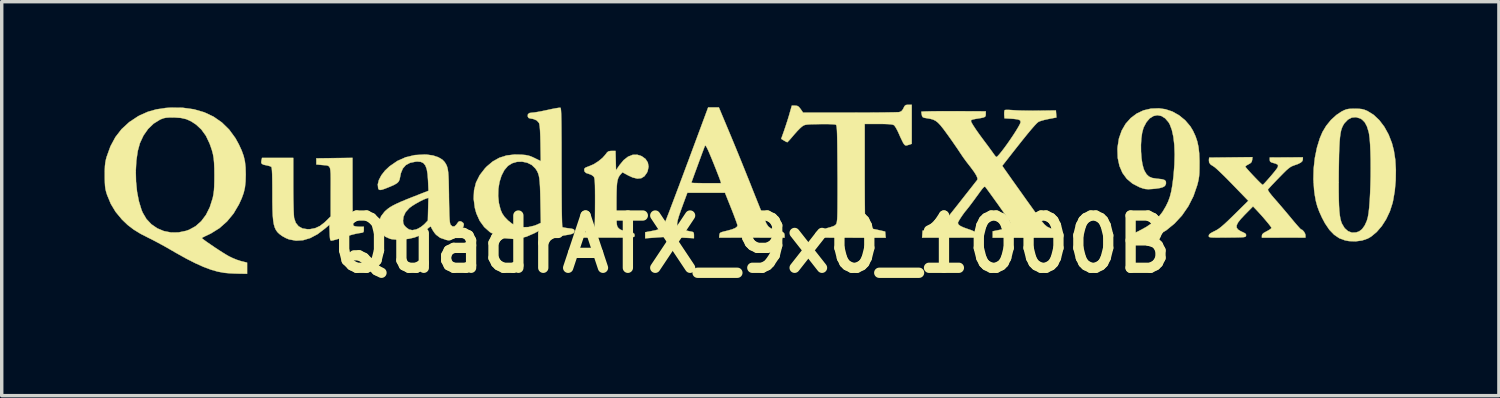
<source format=kicad_pcb>
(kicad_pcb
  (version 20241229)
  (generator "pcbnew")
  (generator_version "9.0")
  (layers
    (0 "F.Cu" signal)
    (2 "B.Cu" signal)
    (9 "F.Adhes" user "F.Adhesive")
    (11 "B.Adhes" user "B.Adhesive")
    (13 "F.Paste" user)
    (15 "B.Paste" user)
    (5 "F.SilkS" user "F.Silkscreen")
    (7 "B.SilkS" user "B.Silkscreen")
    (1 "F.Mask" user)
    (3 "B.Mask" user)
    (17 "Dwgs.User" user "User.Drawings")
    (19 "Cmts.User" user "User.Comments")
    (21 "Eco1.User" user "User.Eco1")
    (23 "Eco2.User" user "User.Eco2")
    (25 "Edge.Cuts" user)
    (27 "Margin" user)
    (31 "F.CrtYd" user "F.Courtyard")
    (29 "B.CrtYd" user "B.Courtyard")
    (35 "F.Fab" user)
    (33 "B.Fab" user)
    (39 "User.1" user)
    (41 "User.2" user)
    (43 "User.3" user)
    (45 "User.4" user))
  (footprint "QuadrATX_9x0_1000B"
    (layer "F.Cu")
    (at 18.887 4.069)
    (property "Reference" "QuadrATX_9x0_1000B" (at 0 0 0) (layer "F.SilkS") (effects (font (size 1.524 1.524) (thickness 0.3))))
    (attr through_hole)
    (fp_poly (pts (xy -3.982 -2.436) (xy -3.975 -2.154) (xy -3.873 -2.303) (xy -3.752 -2.45) (xy -3.623 -2.551) (xy -3.49 -2.604) (xy -3.354 -2.607) (xy -3.224 -2.564) (xy -3.114 -2.484) (xy -3.047 -2.38) (xy -3.026 -2.26) (xy -3.052 -2.13) (xy -3.074 -2.082) (xy -3.147 -1.98) (xy -3.239 -1.923) (xy -3.353 -1.911) (xy -3.489 -1.944) (xy -3.611 -2) (xy -3.787 -2.095) (xy -3.848 -2.026) (xy -3.882 -1.982) (xy -3.908 -1.932) (xy -3.928 -1.869) (xy -3.943 -1.788) (xy -3.952 -1.681) (xy -3.958 -1.543) (xy -3.961 -1.366) (xy -3.962 -1.151) (xy -3.962 -0.958) (xy -3.961 -0.81) (xy -3.959 -0.699) (xy -3.956 -0.62) (xy -3.949 -0.564) (xy -3.94 -0.526) (xy -3.928 -0.5) (xy -3.911 -0.478) (xy -3.905 -0.47) (xy -3.86 -0.431) (xy -3.797 -0.403) (xy -3.702 -0.382) (xy -3.67 -0.377) (xy -3.553 -0.356) (xy -3.48 -0.331) (xy -3.442 -0.3) (xy -3.433 -0.257) (xy -3.434 -0.244) (xy -3.437 -0.229) (xy -3.446 -0.217) (xy -3.466 -0.208) (xy -3.502 -0.201) (xy -3.559 -0.196) (xy -3.644 -0.193) (xy -3.761 -0.191) (xy -3.915 -0.191) (xy -4.113 -0.19) (xy -4.211 -0.19) (xy -4.981 -0.19) (xy -4.973 -0.253) (xy -4.961 -0.29) (xy -4.928 -0.32) (xy -4.862 -0.35) (xy -4.805 -0.371) (xy -4.718 -0.403) (xy -4.649 -0.434) (xy -4.614 -0.456) (xy -4.605 -0.483) (xy -4.597 -0.547) (xy -4.591 -0.65) (xy -4.588 -0.795) (xy -4.586 -0.984) (xy -4.585 -1.206) (xy -4.585 -1.417) (xy -4.586 -1.584) (xy -4.588 -1.711) (xy -4.592 -1.806) (xy -4.597 -1.873) (xy -4.604 -1.919) (xy -4.613 -1.949) (xy -4.626 -1.97) (xy -4.632 -1.977) (xy -4.691 -2.02) (xy -4.759 -2.046) (xy -4.847 -2.075) (xy -4.892 -2.119) (xy -4.902 -2.17) (xy -4.893 -2.206) (xy -4.857 -2.235) (xy -4.784 -2.263) (xy -4.767 -2.269) (xy -4.628 -2.328) (xy -4.489 -2.416) (xy -4.365 -2.518) (xy -4.281 -2.614) (xy -4.233 -2.677) (xy -4.19 -2.708) (xy -4.132 -2.717) (xy -4.099 -2.718) (xy -3.989 -2.718) (xy -3.982 -2.436)) (stroke (width 0.01) (type solid)) (fill yes) (layer "F.SilkS"))
    (fp_poly (pts (xy -11.659 -1.542) (xy -11.658 -1.274) (xy -11.657 -1.054) (xy -11.654 -0.878) (xy -11.651 -0.742) (xy -11.646 -0.643) (xy -11.64 -0.579) (xy -11.632 -0.544) (xy -11.628 -0.538) (xy -11.587 -0.521) (xy -11.514 -0.51) (xy -11.463 -0.508) (xy -11.328 -0.508) (xy -11.328 -0.423) (xy -11.331 -0.374) (xy -11.346 -0.346) (xy -11.386 -0.332) (xy -11.465 -0.321) (xy -11.468 -0.321) (xy -11.548 -0.306) (xy -11.66 -0.279) (xy -11.79 -0.242) (xy -11.916 -0.203) (xy -12.037 -0.164) (xy -12.143 -0.133) (xy -12.224 -0.111) (xy -12.269 -0.102) (xy -12.271 -0.102) (xy -12.293 -0.107) (xy -12.307 -0.13) (xy -12.316 -0.179) (xy -12.322 -0.265) (xy -12.324 -0.334) (xy -12.332 -0.567) (xy -12.459 -0.457) (xy -12.676 -0.292) (xy -12.89 -0.178) (xy -13.1 -0.115) (xy -13.306 -0.102) (xy -13.508 -0.139) (xy -13.601 -0.177) (xy -13.696 -0.229) (xy -13.719 -0.244) (xy -13.788 -0.295) (xy -13.845 -0.349) (xy -13.89 -0.411) (xy -13.925 -0.485) (xy -13.952 -0.578) (xy -13.971 -0.696) (xy -13.984 -0.842) (xy -13.991 -1.024) (xy -13.995 -1.246) (xy -13.995 -1.488) (xy -13.996 -1.716) (xy -13.998 -1.898) (xy -14.001 -2.037) (xy -14.006 -2.138) (xy -14.012 -2.205) (xy -14.02 -2.243) (xy -14.027 -2.255) (xy -14.072 -2.275) (xy -14.142 -2.294) (xy -14.161 -2.297) (xy -14.253 -2.317) (xy -14.303 -2.343) (xy -14.32 -2.383) (xy -14.314 -2.435) (xy -14.296 -2.515) (xy -13.386 -2.515) (xy -13.386 -1.705) (xy -13.385 -1.5) (xy -13.383 -1.306) (xy -13.379 -1.129) (xy -13.375 -0.978) (xy -13.369 -0.859) (xy -13.363 -0.78) (xy -13.36 -0.76) (xy -13.313 -0.622) (xy -13.231 -0.521) (xy -13.117 -0.458) (xy -12.972 -0.435) (xy -12.894 -0.437) (xy -12.745 -0.466) (xy -12.608 -0.529) (xy -12.473 -0.633) (xy -12.427 -0.677) (xy -12.294 -0.809) (xy -12.294 -1.532) (xy -12.293 -1.748) (xy -12.293 -1.918) (xy -12.295 -2.048) (xy -12.302 -2.144) (xy -12.313 -2.212) (xy -12.333 -2.255) (xy -12.362 -2.281) (xy -12.402 -2.295) (xy -12.455 -2.301) (xy -12.523 -2.306) (xy -12.548 -2.308) (xy -12.713 -2.324) (xy -12.713 -2.502) (xy -12.186 -2.509) (xy -11.659 -2.516) (xy -11.659 -1.542)) (stroke (width 0.01) (type solid)) (fill yes) (layer "F.SilkS"))
    (fp_poly (pts (xy 17.686 -3.947) (xy 17.775 -3.938) (xy 17.85 -3.918) (xy 17.93 -3.885) (xy 17.935 -3.883) (xy 18.116 -3.771) (xy 18.281 -3.616) (xy 18.428 -3.423) (xy 18.553 -3.197) (xy 18.651 -2.945) (xy 18.707 -2.729) (xy 18.748 -2.462) (xy 18.765 -2.166) (xy 18.76 -1.858) (xy 18.733 -1.553) (xy 18.684 -1.268) (xy 18.668 -1.197) (xy 18.59 -0.955) (xy 18.483 -0.729) (xy 18.354 -0.527) (xy 18.206 -0.355) (xy 18.046 -0.222) (xy 17.945 -0.163) (xy 17.781 -0.107) (xy 17.593 -0.082) (xy 17.399 -0.089) (xy 17.282 -0.111) (xy 17.115 -0.173) (xy 16.965 -0.275) (xy 16.827 -0.418) (xy 16.699 -0.607) (xy 16.611 -0.773) (xy 16.533 -0.945) (xy 16.475 -1.1) (xy 16.433 -1.256) (xy 16.401 -1.433) (xy 16.387 -1.541) (xy 17.098 -1.541) (xy 17.101 -1.315) (xy 17.107 -1.128) (xy 17.116 -0.973) (xy 17.13 -0.846) (xy 17.147 -0.744) (xy 17.169 -0.661) (xy 17.191 -0.601) (xy 17.27 -0.468) (xy 17.368 -0.38) (xy 17.482 -0.336) (xy 17.606 -0.341) (xy 17.694 -0.372) (xy 17.779 -0.436) (xy 17.855 -0.541) (xy 17.917 -0.676) (xy 17.947 -0.779) (xy 17.969 -0.902) (xy 17.988 -1.067) (xy 18.003 -1.264) (xy 18.015 -1.487) (xy 18.024 -1.726) (xy 18.03 -1.974) (xy 18.031 -2.224) (xy 18.03 -2.467) (xy 18.024 -2.695) (xy 18.015 -2.901) (xy 18.002 -3.076) (xy 17.984 -3.213) (xy 17.973 -3.269) (xy 17.923 -3.432) (xy 17.859 -3.552) (xy 17.778 -3.634) (xy 17.729 -3.664) (xy 17.603 -3.702) (xy 17.481 -3.691) (xy 17.368 -3.632) (xy 17.267 -3.527) (xy 17.255 -3.51) (xy 17.221 -3.453) (xy 17.193 -3.391) (xy 17.169 -3.317) (xy 17.151 -3.227) (xy 17.136 -3.116) (xy 17.124 -2.978) (xy 17.115 -2.809) (xy 17.108 -2.603) (xy 17.104 -2.356) (xy 17.1 -2.121) (xy 17.098 -1.808) (xy 17.098 -1.541) (xy 16.387 -1.541) (xy 16.381 -1.586) (xy 16.361 -1.891) (xy 16.369 -2.206) (xy 16.404 -2.519) (xy 16.465 -2.817) (xy 16.549 -3.09) (xy 16.626 -3.271) (xy 16.735 -3.452) (xy 16.873 -3.621) (xy 17.03 -3.765) (xy 17.176 -3.863) (xy 17.258 -3.905) (xy 17.325 -3.93) (xy 17.396 -3.944) (xy 17.488 -3.948) (xy 17.564 -3.949) (xy 17.686 -3.947)) (stroke (width 0.01) (type solid)) (fill yes) (layer "F.SilkS"))
    (fp_poly (pts (xy 12.045 -3.934) (xy 12.25 -3.866) (xy 12.446 -3.755) (xy 12.623 -3.61) (xy 12.77 -3.438) (xy 12.851 -3.304) (xy 12.923 -3.147) (xy 12.975 -2.994) (xy 13.01 -2.831) (xy 13.03 -2.648) (xy 13.039 -2.43) (xy 13.039 -2.362) (xy 13.038 -2.201) (xy 13.035 -2.078) (xy 13.027 -1.977) (xy 13.013 -1.887) (xy 12.992 -1.792) (xy 12.973 -1.72) (xy 12.863 -1.4) (xy 12.713 -1.104) (xy 12.528 -0.836) (xy 12.31 -0.6) (xy 12.064 -0.4) (xy 11.793 -0.241) (xy 11.569 -0.148) (xy 11.43 -0.106) (xy 11.293 -0.076) (xy 11.169 -0.059) (xy 11.067 -0.055) (xy 10.998 -0.067) (xy 10.979 -0.079) (xy 10.953 -0.13) (xy 10.947 -0.169) (xy 10.954 -0.196) (xy 10.978 -0.224) (xy 11.026 -0.258) (xy 11.106 -0.302) (xy 11.224 -0.361) (xy 11.259 -0.377) (xy 11.489 -0.502) (xy 11.677 -0.631) (xy 11.83 -0.772) (xy 11.955 -0.931) (xy 11.981 -0.972) (xy 12.062 -1.11) (xy 12.126 -1.243) (xy 12.176 -1.381) (xy 12.215 -1.534) (xy 12.247 -1.714) (xy 12.275 -1.931) (xy 12.282 -1.99) (xy 12.308 -2.315) (xy 12.316 -2.616) (xy 12.306 -2.889) (xy 12.278 -3.129) (xy 12.233 -3.332) (xy 12.172 -3.494) (xy 12.135 -3.557) (xy 12.035 -3.671) (xy 11.925 -3.738) (xy 11.811 -3.76) (xy 11.697 -3.736) (xy 11.589 -3.669) (xy 11.493 -3.559) (xy 11.413 -3.409) (xy 11.404 -3.385) (xy 11.367 -3.249) (xy 11.343 -3.081) (xy 11.332 -2.893) (xy 11.334 -2.697) (xy 11.348 -2.507) (xy 11.374 -2.335) (xy 11.412 -2.194) (xy 11.436 -2.136) (xy 11.496 -2.037) (xy 11.566 -1.971) (xy 11.658 -1.931) (xy 11.785 -1.91) (xy 11.828 -1.906) (xy 11.946 -1.893) (xy 12.02 -1.87) (xy 12.057 -1.834) (xy 12.063 -1.779) (xy 12.056 -1.745) (xy 12.03 -1.698) (xy 11.975 -1.663) (xy 11.885 -1.636) (xy 11.754 -1.617) (xy 11.655 -1.608) (xy 11.545 -1.602) (xy 11.461 -1.608) (xy 11.38 -1.628) (xy 11.283 -1.663) (xy 11.084 -1.767) (xy 10.92 -1.905) (xy 10.794 -2.076) (xy 10.706 -2.279) (xy 10.656 -2.511) (xy 10.647 -2.77) (xy 10.651 -2.831) (xy 10.691 -3.084) (xy 10.771 -3.311) (xy 10.886 -3.51) (xy 11.034 -3.676) (xy 11.209 -3.808) (xy 11.407 -3.901) (xy 11.626 -3.952) (xy 11.86 -3.96) (xy 12.045 -3.934)) (stroke (width 0.01) (type solid)) (fill yes) (layer "F.SilkS"))
    (fp_poly (pts (xy -0.675 -3.27) (xy -0.592 -3.071) (xy -0.495 -2.836) (xy -0.389 -2.578) (xy -0.279 -2.307) (xy -0.17 -2.036) (xy -0.065 -1.776) (xy -0.001 -1.613) (xy 0.083 -1.403) (xy 0.162 -1.206) (xy 0.234 -1.026) (xy 0.298 -0.87) (xy 0.35 -0.742) (xy 0.389 -0.65) (xy 0.412 -0.597) (xy 0.415 -0.591) (xy 0.468 -0.514) (xy 0.54 -0.461) (xy 0.644 -0.423) (xy 0.707 -0.409) (xy 0.82 -0.381) (xy 0.891 -0.352) (xy 0.928 -0.315) (xy 0.94 -0.266) (xy 0.94 -0.259) (xy 0.94 -0.189) (xy -0.014 -0.19) (xy -0.967 -0.191) (xy -0.96 -0.266) (xy -0.953 -0.304) (xy -0.936 -0.33) (xy -0.897 -0.349) (xy -0.827 -0.369) (xy -0.75 -0.387) (xy -0.599 -0.428) (xy -0.497 -0.469) (xy -0.443 -0.513) (xy -0.432 -0.546) (xy -0.441 -0.58) (xy -0.466 -0.653) (xy -0.505 -0.758) (xy -0.553 -0.886) (xy -0.609 -1.029) (xy -0.614 -1.041) (xy -0.797 -1.499) (xy -1.895 -1.499) (xy -2.019 -1.163) (xy -2.091 -0.966) (xy -2.144 -0.81) (xy -2.178 -0.69) (xy -2.193 -0.6) (xy -2.188 -0.535) (xy -2.165 -0.489) (xy -2.123 -0.457) (xy -2.062 -0.433) (xy -2.027 -0.422) (xy -1.929 -0.397) (xy -1.834 -0.376) (xy -1.797 -0.369) (xy -1.735 -0.355) (xy -1.708 -0.328) (xy -1.702 -0.274) (xy -1.702 -0.263) (xy -1.702 -0.173) (xy -2.102 -0.193) (xy -2.254 -0.2) (xy -2.367 -0.206) (xy -2.453 -0.209) (xy -2.522 -0.209) (xy -2.587 -0.208) (xy -2.659 -0.204) (xy -2.749 -0.198) (xy -2.851 -0.19) (xy -3.124 -0.17) (xy -3.124 -0.347) (xy -2.955 -0.378) (xy -2.818 -0.406) (xy -2.72 -0.436) (xy -2.652 -0.475) (xy -2.601 -0.53) (xy -2.558 -0.607) (xy -2.543 -0.641) (xy -2.522 -0.692) (xy -2.485 -0.786) (xy -2.433 -0.919) (xy -2.37 -1.086) (xy -2.295 -1.284) (xy -2.211 -1.507) (xy -2.119 -1.75) (xy -2.105 -1.789) (xy -1.778 -1.789) (xy -1.754 -1.786) (xy -1.687 -1.782) (xy -1.586 -1.78) (xy -1.459 -1.778) (xy -1.344 -1.778) (xy -0.911 -1.778) (xy -0.928 -1.835) (xy -0.948 -1.893) (xy -0.983 -1.986) (xy -1.03 -2.106) (xy -1.083 -2.241) (xy -1.139 -2.381) (xy -1.194 -2.515) (xy -1.243 -2.632) (xy -1.282 -2.723) (xy -1.291 -2.743) (xy -1.334 -2.83) (xy -1.365 -2.873) (xy -1.381 -2.87) (xy -1.401 -2.818) (xy -1.433 -2.733) (xy -1.475 -2.621) (xy -1.522 -2.492) (xy -1.573 -2.354) (xy -1.624 -2.214) (xy -1.673 -2.082) (xy -1.715 -1.965) (xy -1.749 -1.872) (xy -1.771 -1.81) (xy -1.778 -1.789) (xy -2.105 -1.789) (xy -2.022 -2.011) (xy -1.921 -2.283) (xy -1.879 -2.394) (xy -1.287 -3.988) (xy -0.976 -3.988) (xy -0.675 -3.27)) (stroke (width 0.01) (type solid)) (fill yes) (layer "F.SilkS"))
    (fp_poly (pts (xy 4.648 -2.925) (xy 4.555 -2.894) (xy 4.492 -2.877) (xy 4.455 -2.883) (xy 4.423 -2.917) (xy 4.42 -2.92) (xy 4.391 -2.968) (xy 4.351 -3.05) (xy 4.304 -3.15) (xy 4.281 -3.204) (xy 4.234 -3.306) (xy 4.187 -3.393) (xy 4.147 -3.452) (xy 4.132 -3.468) (xy 4.099 -3.483) (xy 4.044 -3.493) (xy 3.961 -3.5) (xy 3.843 -3.504) (xy 3.681 -3.505) (xy 3.277 -3.505) (xy 3.277 -2.073) (xy 3.277 -1.806) (xy 3.278 -1.552) (xy 3.279 -1.316) (xy 3.281 -1.104) (xy 3.283 -0.92) (xy 3.285 -0.768) (xy 3.288 -0.655) (xy 3.29 -0.584) (xy 3.292 -0.563) (xy 3.312 -0.507) (xy 3.352 -0.479) (xy 3.4 -0.468) (xy 3.472 -0.455) (xy 3.571 -0.434) (xy 3.678 -0.411) (xy 3.683 -0.41) (xy 3.873 -0.367) (xy 3.881 -0.277) (xy 3.889 -0.186) (xy 2.859 -0.188) (xy 1.829 -0.191) (xy 1.829 -0.26) (xy 1.838 -0.309) (xy 1.87 -0.35) (xy 1.932 -0.387) (xy 2.031 -0.424) (xy 2.144 -0.457) (xy 2.273 -0.493) (xy 2.361 -0.522) (xy 2.416 -0.551) (xy 2.448 -0.587) (xy 2.464 -0.638) (xy 2.473 -0.71) (xy 2.476 -0.746) (xy 2.479 -0.808) (xy 2.482 -0.914) (xy 2.484 -1.06) (xy 2.485 -1.239) (xy 2.486 -1.446) (xy 2.486 -1.674) (xy 2.486 -1.919) (xy 2.484 -2.174) (xy 2.484 -2.192) (xy 2.482 -2.482) (xy 2.48 -2.726) (xy 2.478 -2.927) (xy 2.475 -3.089) (xy 2.472 -3.217) (xy 2.468 -3.314) (xy 2.463 -3.385) (xy 2.457 -3.433) (xy 2.45 -3.463) (xy 2.442 -3.479) (xy 2.438 -3.482) (xy 2.399 -3.491) (xy 2.315 -3.497) (xy 2.193 -3.501) (xy 2.039 -3.501) (xy 1.966 -3.5) (xy 1.808 -3.497) (xy 1.692 -3.494) (xy 1.61 -3.488) (xy 1.553 -3.48) (xy 1.512 -3.468) (xy 1.478 -3.45) (xy 1.444 -3.425) (xy 1.441 -3.423) (xy 1.384 -3.372) (xy 1.308 -3.294) (xy 1.227 -3.203) (xy 1.192 -3.162) (xy 1.123 -3.081) (xy 1.066 -3.017) (xy 1.029 -2.979) (xy 1.019 -2.972) (xy 0.989 -2.984) (xy 0.935 -3.014) (xy 0.923 -3.021) (xy 0.842 -3.071) (xy 0.926 -3.307) (xy 0.973 -3.446) (xy 1.025 -3.605) (xy 1.071 -3.755) (xy 1.081 -3.791) (xy 1.152 -4.039) (xy 1.246 -4.039) (xy 1.309 -4.032) (xy 1.355 -4.005) (xy 1.403 -3.946) (xy 1.41 -3.937) (xy 1.48 -3.835) (xy 2.845 -3.835) (xy 3.106 -3.836) (xy 3.354 -3.836) (xy 3.582 -3.838) (xy 3.788 -3.839) (xy 3.965 -3.842) (xy 4.108 -3.844) (xy 4.213 -3.847) (xy 4.274 -3.849) (xy 4.287 -3.851) (xy 4.348 -3.877) (xy 4.393 -3.934) (xy 4.408 -3.965) (xy 4.441 -4.028) (xy 4.477 -4.057) (xy 4.536 -4.064) (xy 4.55 -4.064) (xy 4.648 -4.064) (xy 4.648 -2.925)) (stroke (width 0.01) (type solid)) (fill yes) (layer "F.SilkS"))
    (fp_poly (pts (xy -9.486 -2.61) (xy -9.309 -2.585) (xy -9.157 -2.534) (xy -9.037 -2.463) (xy -8.972 -2.395) (xy -8.941 -2.346) (xy -8.915 -2.298) (xy -8.895 -2.244) (xy -8.88 -2.178) (xy -8.868 -2.093) (xy -8.86 -1.984) (xy -8.854 -1.844) (xy -8.85 -1.667) (xy -8.846 -1.447) (xy -8.846 -1.384) (xy -8.842 -1.157) (xy -8.838 -0.975) (xy -8.834 -0.833) (xy -8.828 -0.727) (xy -8.821 -0.652) (xy -8.812 -0.601) (xy -8.802 -0.57) (xy -8.799 -0.565) (xy -8.746 -0.517) (xy -8.688 -0.516) (xy -8.633 -0.563) (xy -8.62 -0.583) (xy -8.571 -0.65) (xy -8.525 -0.671) (xy -8.471 -0.651) (xy -8.461 -0.644) (xy -8.426 -0.614) (xy -8.412 -0.58) (xy -8.42 -0.53) (xy -8.452 -0.454) (xy -8.485 -0.387) (xy -8.537 -0.293) (xy -8.587 -0.233) (xy -8.65 -0.19) (xy -8.671 -0.18) (xy -8.817 -0.135) (xy -8.964 -0.138) (xy -9.102 -0.185) (xy -9.222 -0.275) (xy -9.269 -0.331) (xy -9.316 -0.402) (xy -9.352 -0.465) (xy -9.361 -0.487) (xy -9.373 -0.509) (xy -9.394 -0.509) (xy -9.433 -0.481) (xy -9.498 -0.423) (xy -9.51 -0.411) (xy -9.589 -0.341) (xy -9.666 -0.281) (xy -9.722 -0.244) (xy -9.853 -0.194) (xy -10.016 -0.157) (xy -10.192 -0.135) (xy -10.364 -0.131) (xy -10.515 -0.145) (xy -10.566 -0.157) (xy -10.703 -0.218) (xy -10.804 -0.309) (xy -10.868 -0.421) (xy -10.893 -0.548) (xy -10.878 -0.683) (xy -10.877 -0.686) (xy -10.185 -0.686) (xy -10.178 -0.608) (xy -10.147 -0.546) (xy -10.099 -0.493) (xy -10.011 -0.428) (xy -9.916 -0.407) (xy -9.805 -0.428) (xy -9.741 -0.455) (xy -9.659 -0.504) (xy -9.576 -0.57) (xy -9.55 -0.595) (xy -9.461 -0.689) (xy -9.453 -1.02) (xy -9.444 -1.351) (xy -9.503 -1.333) (xy -9.589 -1.299) (xy -9.699 -1.244) (xy -9.816 -1.179) (xy -9.923 -1.112) (xy -10.002 -1.053) (xy -10.111 -0.932) (xy -10.172 -0.798) (xy -10.185 -0.686) (xy -10.877 -0.686) (xy -10.823 -0.817) (xy -10.725 -0.944) (xy -10.695 -0.973) (xy -10.631 -1.028) (xy -10.561 -1.078) (xy -10.479 -1.126) (xy -10.377 -1.177) (xy -10.249 -1.235) (xy -10.086 -1.303) (xy -9.909 -1.373) (xy -9.442 -1.557) (xy -9.455 -1.852) (xy -9.469 -2.044) (xy -9.494 -2.19) (xy -9.534 -2.295) (xy -9.591 -2.364) (xy -9.668 -2.4) (xy -9.769 -2.409) (xy -9.819 -2.405) (xy -9.979 -2.372) (xy -10.101 -2.308) (xy -10.19 -2.207) (xy -10.248 -2.069) (xy -10.272 -1.952) (xy -10.287 -1.88) (xy -10.314 -1.825) (xy -10.36 -1.779) (xy -10.435 -1.734) (xy -10.547 -1.683) (xy -10.594 -1.664) (xy -10.717 -1.615) (xy -10.802 -1.587) (xy -10.856 -1.58) (xy -10.889 -1.591) (xy -10.908 -1.621) (xy -10.91 -1.628) (xy -10.921 -1.742) (xy -10.889 -1.87) (xy -10.818 -2.006) (xy -10.712 -2.143) (xy -10.577 -2.27) (xy -10.35 -2.426) (xy -10.105 -2.535) (xy -9.841 -2.597) (xy -9.557 -2.613) (xy -9.486 -2.61)) (stroke (width 0.01) (type solid)) (fill yes) (layer "F.SilkS"))
    (fp_poly (pts (xy -5.596 -3.977) (xy -5.589 -3.966) (xy -5.583 -3.937) (xy -5.578 -3.886) (xy -5.574 -3.811) (xy -5.571 -3.708) (xy -5.568 -3.573) (xy -5.566 -3.405) (xy -5.565 -3.199) (xy -5.563 -2.953) (xy -5.563 -2.663) (xy -5.563 -2.327) (xy -5.563 -2.237) (xy -5.562 -1.856) (xy -5.561 -1.521) (xy -5.559 -1.231) (xy -5.557 -0.988) (xy -5.553 -0.793) (xy -5.549 -0.646) (xy -5.545 -0.548) (xy -5.539 -0.5) (xy -5.537 -0.495) (xy -5.5 -0.484) (xy -5.429 -0.472) (xy -5.353 -0.462) (xy -5.265 -0.45) (xy -5.215 -0.435) (xy -5.192 -0.412) (xy -5.186 -0.389) (xy -5.189 -0.35) (xy -5.214 -0.32) (xy -5.269 -0.296) (xy -5.361 -0.275) (xy -5.48 -0.256) (xy -5.651 -0.227) (xy -5.801 -0.191) (xy -5.922 -0.153) (xy -6.003 -0.114) (xy -6.006 -0.112) (xy -6.071 -0.083) (xy -6.114 -0.076) (xy -6.146 -0.08) (xy -6.163 -0.099) (xy -6.17 -0.144) (xy -6.172 -0.227) (xy -6.172 -0.241) (xy -6.174 -0.325) (xy -6.178 -0.385) (xy -6.184 -0.406) (xy -6.21 -0.395) (xy -6.269 -0.365) (xy -6.348 -0.323) (xy -6.355 -0.319) (xy -6.592 -0.216) (xy -6.837 -0.161) (xy -6.984 -0.153) (xy -7.232 -0.176) (xy -7.455 -0.243) (xy -7.651 -0.351) (xy -7.817 -0.499) (xy -7.951 -0.683) (xy -8.048 -0.901) (xy -8.09 -1.055) (xy -8.125 -1.321) (xy -8.122 -1.403) (xy -7.411 -1.403) (xy -7.39 -1.198) (xy -7.341 -1.006) (xy -7.293 -0.895) (xy -7.224 -0.794) (xy -7.125 -0.691) (xy -7.011 -0.6) (xy -6.9 -0.536) (xy -6.862 -0.521) (xy -6.703 -0.493) (xy -6.529 -0.498) (xy -6.36 -0.537) (xy -6.302 -0.559) (xy -6.166 -0.619) (xy -6.179 -1.268) (xy -6.184 -1.489) (xy -6.19 -1.666) (xy -6.199 -1.806) (xy -6.21 -1.916) (xy -6.226 -2.001) (xy -6.248 -2.07) (xy -6.275 -2.129) (xy -6.311 -2.185) (xy -6.328 -2.209) (xy -6.431 -2.309) (xy -6.562 -2.374) (xy -6.709 -2.405) (xy -6.859 -2.401) (xy -7.003 -2.359) (xy -7.127 -2.281) (xy -7.232 -2.157) (xy -7.314 -1.998) (xy -7.372 -1.813) (xy -7.405 -1.611) (xy -7.411 -1.403) (xy -8.122 -1.403) (xy -8.114 -1.567) (xy -8.057 -1.796) (xy -7.951 -2.009) (xy -7.797 -2.208) (xy -7.747 -2.261) (xy -7.569 -2.411) (xy -7.378 -2.518) (xy -7.168 -2.585) (xy -6.932 -2.613) (xy -6.737 -2.609) (xy -6.61 -2.598) (xy -6.511 -2.577) (xy -6.413 -2.54) (xy -6.345 -2.508) (xy -6.168 -2.42) (xy -6.177 -2.944) (xy -6.182 -3.149) (xy -6.189 -3.308) (xy -6.198 -3.423) (xy -6.21 -3.5) (xy -6.221 -3.535) (xy -6.285 -3.607) (xy -6.39 -3.651) (xy -6.464 -3.663) (xy -6.523 -3.679) (xy -6.547 -3.721) (xy -6.549 -3.731) (xy -6.542 -3.79) (xy -6.496 -3.824) (xy -6.407 -3.835) (xy -6.404 -3.835) (xy -6.348 -3.841) (xy -6.254 -3.856) (xy -6.135 -3.878) (xy -6.003 -3.906) (xy -5.974 -3.912) (xy -5.846 -3.94) (xy -5.735 -3.961) (xy -5.65 -3.974) (xy -5.602 -3.978) (xy -5.596 -3.977)) (stroke (width 0.01) (type solid)) (fill yes) (layer "F.SilkS"))
    (fp_poly (pts (xy 14.575 -2.456) (xy 14.559 -2.396) (xy 14.517 -2.355) (xy 14.472 -2.33) (xy 14.412 -2.297) (xy 14.379 -2.268) (xy 14.376 -2.261) (xy 14.393 -2.235) (xy 14.438 -2.182) (xy 14.502 -2.11) (xy 14.58 -2.026) (xy 14.662 -1.939) (xy 14.741 -1.858) (xy 14.809 -1.79) (xy 14.858 -1.744) (xy 14.881 -1.727) (xy 14.904 -1.746) (xy 14.952 -1.795) (xy 15.015 -1.865) (xy 15.088 -1.948) (xy 15.162 -2.035) (xy 15.229 -2.116) (xy 15.281 -2.183) (xy 15.312 -2.227) (xy 15.313 -2.229) (xy 15.332 -2.282) (xy 15.317 -2.319) (xy 15.262 -2.348) (xy 15.2 -2.365) (xy 15.13 -2.387) (xy 15.097 -2.413) (xy 15.088 -2.453) (xy 15.088 -2.46) (xy 15.088 -2.527) (xy 15.57 -2.529) (xy 16.053 -2.532) (xy 16.053 -2.473) (xy 16.039 -2.423) (xy 15.993 -2.379) (xy 15.908 -2.336) (xy 15.8 -2.298) (xy 15.745 -2.277) (xy 15.693 -2.25) (xy 15.638 -2.21) (xy 15.57 -2.152) (xy 15.485 -2.068) (xy 15.373 -1.954) (xy 15.356 -1.937) (xy 15.255 -1.832) (xy 15.165 -1.738) (xy 15.095 -1.662) (xy 15.048 -1.611) (xy 15.033 -1.591) (xy 15.042 -1.562) (xy 15.081 -1.502) (xy 15.145 -1.421) (xy 15.228 -1.324) (xy 15.231 -1.321) (xy 15.327 -1.211) (xy 15.443 -1.076) (xy 15.565 -0.932) (xy 15.681 -0.794) (xy 15.712 -0.756) (xy 15.802 -0.648) (xy 15.882 -0.555) (xy 15.945 -0.484) (xy 15.986 -0.441) (xy 15.998 -0.432) (xy 16.042 -0.411) (xy 16.088 -0.36) (xy 16.121 -0.298) (xy 16.129 -0.259) (xy 16.129 -0.191) (xy 14.859 -0.189) (xy 14.859 -0.247) (xy 14.87 -0.287) (xy 14.91 -0.325) (xy 14.988 -0.369) (xy 14.999 -0.374) (xy 15.072 -0.415) (xy 15.123 -0.452) (xy 15.138 -0.474) (xy 15.122 -0.504) (xy 15.078 -0.563) (xy 15.012 -0.644) (xy 14.931 -0.74) (xy 14.842 -0.842) (xy 14.75 -0.943) (xy 14.672 -1.026) (xy 14.6 -1.101) (xy 14.361 -0.859) (xy 14.242 -0.732) (xy 14.163 -0.631) (xy 14.123 -0.549) (xy 14.122 -0.484) (xy 14.16 -0.428) (xy 14.236 -0.379) (xy 14.308 -0.346) (xy 14.373 -0.313) (xy 14.397 -0.278) (xy 14.397 -0.252) (xy 14.393 -0.234) (xy 14.382 -0.22) (xy 14.358 -0.21) (xy 14.315 -0.203) (xy 14.245 -0.199) (xy 14.144 -0.196) (xy 14.003 -0.194) (xy 13.849 -0.193) (xy 13.671 -0.192) (xy 13.537 -0.191) (xy 13.441 -0.193) (xy 13.377 -0.196) (xy 13.338 -0.203) (xy 13.318 -0.213) (xy 13.311 -0.226) (xy 13.31 -0.244) (xy 13.32 -0.28) (xy 13.358 -0.315) (xy 13.431 -0.356) (xy 13.476 -0.378) (xy 13.539 -0.41) (xy 13.603 -0.451) (xy 13.674 -0.506) (xy 13.759 -0.579) (xy 13.864 -0.676) (xy 13.995 -0.803) (xy 14.053 -0.86) (xy 14.463 -1.264) (xy 13.999 -1.743) (xy 13.87 -1.875) (xy 13.749 -1.996) (xy 13.64 -2.101) (xy 13.551 -2.185) (xy 13.485 -2.242) (xy 13.452 -2.265) (xy 13.365 -2.321) (xy 13.321 -2.38) (xy 13.314 -2.452) (xy 13.314 -2.454) (xy 13.322 -2.523) (xy 14.583 -2.537) (xy 14.575 -2.456)) (stroke (width 0.01) (type solid)) (fill yes) (layer "F.SilkS"))
    (fp_poly (pts (xy -16.612 -3.977) (xy -16.283 -3.932) (xy -15.982 -3.845) (xy -15.71 -3.717) (xy -15.467 -3.548) (xy -15.254 -3.339) (xy -15.072 -3.09) (xy -14.972 -2.908) (xy -14.889 -2.728) (xy -14.832 -2.569) (xy -14.796 -2.412) (xy -14.777 -2.24) (xy -14.771 -2.036) (xy -14.771 -2.032) (xy -14.777 -1.827) (xy -14.795 -1.655) (xy -14.831 -1.498) (xy -14.888 -1.339) (xy -14.97 -1.159) (xy -14.972 -1.156) (xy -15.127 -0.893) (xy -15.318 -0.662) (xy -15.538 -0.467) (xy -15.783 -0.314) (xy -15.857 -0.278) (xy -15.946 -0.237) (xy -16.013 -0.203) (xy -16.049 -0.181) (xy -16.052 -0.178) (xy -16.031 -0.157) (xy -15.975 -0.114) (xy -15.892 -0.054) (xy -15.79 0.016) (xy -15.678 0.093) (xy -15.562 0.169) (xy -15.451 0.24) (xy -15.353 0.301) (xy -15.276 0.346) (xy -15.273 0.348) (xy -15.156 0.405) (xy -15.029 0.457) (xy -14.917 0.493) (xy -14.905 0.496) (xy -14.732 0.539) (xy -14.732 0.864) (xy -14.98 0.86) (xy -15.113 0.856) (xy -15.251 0.849) (xy -15.371 0.838) (xy -15.402 0.835) (xy -15.586 0.801) (xy -15.783 0.745) (xy -16 0.664) (xy -16.24 0.556) (xy -16.508 0.42) (xy -16.808 0.253) (xy -16.916 0.19) (xy -17.07 0.101) (xy -17.231 0.012) (xy -17.385 -0.071) (xy -17.519 -0.141) (xy -17.597 -0.179) (xy -17.838 -0.302) (xy -18.041 -0.427) (xy -18.216 -0.561) (xy -18.375 -0.713) (xy -18.38 -0.718) (xy -18.565 -0.941) (xy -18.706 -1.175) (xy -18.812 -1.431) (xy -18.814 -1.435) (xy -18.842 -1.525) (xy -18.861 -1.605) (xy -18.873 -1.69) (xy -18.879 -1.792) (xy -18.882 -1.925) (xy -18.882 -1.994) (xy -18.882 -2.128) (xy -17.978 -2.128) (xy -17.971 -1.824) (xy -17.941 -1.529) (xy -17.888 -1.254) (xy -17.814 -1.01) (xy -17.779 -0.923) (xy -17.669 -0.735) (xy -17.525 -0.581) (xy -17.353 -0.462) (xy -17.159 -0.381) (xy -16.95 -0.34) (xy -16.732 -0.342) (xy -16.51 -0.388) (xy -16.421 -0.42) (xy -16.234 -0.523) (xy -16.069 -0.669) (xy -15.93 -0.855) (xy -15.819 -1.078) (xy -15.737 -1.335) (xy -15.731 -1.359) (xy -15.712 -1.458) (xy -15.698 -1.565) (xy -15.69 -1.692) (xy -15.686 -1.85) (xy -15.685 -2.007) (xy -15.687 -2.207) (xy -15.694 -2.369) (xy -15.706 -2.504) (xy -15.727 -2.624) (xy -15.758 -2.741) (xy -15.801 -2.868) (xy -15.826 -2.936) (xy -15.932 -3.159) (xy -16.064 -3.342) (xy -16.219 -3.486) (xy -16.363 -3.581) (xy -16.506 -3.645) (xy -16.664 -3.681) (xy -16.853 -3.694) (xy -16.878 -3.694) (xy -17.003 -3.693) (xy -17.092 -3.687) (xy -17.163 -3.673) (xy -17.231 -3.648) (xy -17.272 -3.63) (xy -17.458 -3.515) (xy -17.62 -3.358) (xy -17.754 -3.167) (xy -17.857 -2.946) (xy -17.92 -2.718) (xy -17.962 -2.43) (xy -17.978 -2.128) (xy -18.882 -2.128) (xy -18.882 -2.153) (xy -18.877 -2.275) (xy -18.866 -2.374) (xy -18.849 -2.464) (xy -18.827 -2.546) (xy -18.717 -2.851) (xy -18.572 -3.121) (xy -18.39 -3.355) (xy -18.17 -3.557) (xy -17.912 -3.728) (xy -17.853 -3.759) (xy -17.624 -3.86) (xy -17.381 -3.929) (xy -17.112 -3.97) (xy -16.967 -3.98) (xy -16.612 -3.977)) (stroke (width 0.01) (type solid)) (fill yes) (layer "F.SilkS"))
    (fp_poly (pts (xy 7.472 -3.915) (xy 7.569 -3.909) (xy 7.612 -3.906) (xy 7.71 -3.9) (xy 7.846 -3.895) (xy 8.008 -3.892) (xy 8.181 -3.891) (xy 8.344 -3.892) (xy 8.852 -3.899) (xy 8.867 -3.693) (xy 8.634 -3.649) (xy 8.524 -3.625) (xy 8.427 -3.598) (xy 8.359 -3.574) (xy 8.342 -3.565) (xy 8.297 -3.527) (xy 8.23 -3.457) (xy 8.139 -3.353) (xy 8.023 -3.214) (xy 7.88 -3.037) (xy 7.709 -2.821) (xy 7.612 -2.698) (xy 7.288 -2.284) (xy 7.344 -2.202) (xy 7.4 -2.123) (xy 7.477 -2.014) (xy 7.57 -1.882) (xy 7.676 -1.733) (xy 7.79 -1.573) (xy 7.907 -1.408) (xy 8.023 -1.245) (xy 8.134 -1.091) (xy 8.235 -0.95) (xy 8.321 -0.83) (xy 8.388 -0.737) (xy 8.432 -0.677) (xy 8.441 -0.665) (xy 8.52 -0.571) (xy 8.599 -0.506) (xy 8.694 -0.461) (xy 8.822 -0.425) (xy 8.833 -0.423) (xy 8.979 -0.39) (xy 8.982 -0.289) (xy 8.984 -0.188) (xy 7.997 -0.187) (xy 7.01 -0.186) (xy 7.01 -0.375) (xy 7.233 -0.42) (xy 7.372 -0.45) (xy 7.466 -0.477) (xy 7.521 -0.506) (xy 7.543 -0.543) (xy 7.537 -0.591) (xy 7.508 -0.657) (xy 7.502 -0.668) (xy 7.477 -0.708) (xy 7.428 -0.782) (xy 7.358 -0.883) (xy 7.274 -1.003) (xy 7.181 -1.136) (xy 7.082 -1.274) (xy 6.984 -1.41) (xy 6.892 -1.537) (xy 6.81 -1.648) (xy 6.802 -1.659) (xy 6.786 -1.674) (xy 6.767 -1.674) (xy 6.739 -1.652) (xy 6.698 -1.604) (xy 6.639 -1.526) (xy 6.556 -1.41) (xy 6.552 -1.406) (xy 6.468 -1.29) (xy 6.387 -1.181) (xy 6.318 -1.09) (xy 6.268 -1.027) (xy 6.259 -1.016) (xy 6.199 -0.943) (xy 6.135 -0.856) (xy 6.075 -0.768) (xy 6.027 -0.691) (xy 5.999 -0.635) (xy 5.994 -0.618) (xy 6.01 -0.575) (xy 6.061 -0.533) (xy 6.152 -0.489) (xy 6.28 -0.443) (xy 6.392 -0.404) (xy 6.464 -0.372) (xy 6.505 -0.341) (xy 6.523 -0.304) (xy 6.527 -0.254) (xy 6.527 -0.254) (xy 6.528 -0.191) (xy 5.739 -0.189) (xy 4.951 -0.188) (xy 4.958 -0.291) (xy 4.966 -0.394) (xy 5.117 -0.412) (xy 5.197 -0.423) (xy 5.266 -0.436) (xy 5.328 -0.454) (xy 5.387 -0.482) (xy 5.447 -0.523) (xy 5.513 -0.581) (xy 5.589 -0.659) (xy 5.679 -0.762) (xy 5.786 -0.892) (xy 5.916 -1.055) (xy 6.072 -1.253) (xy 6.112 -1.304) (xy 6.225 -1.448) (xy 6.329 -1.58) (xy 6.419 -1.694) (xy 6.49 -1.785) (xy 6.539 -1.847) (xy 6.561 -1.874) (xy 6.566 -1.921) (xy 6.534 -2.001) (xy 6.466 -2.11) (xy 6.363 -2.249) (xy 6.324 -2.299) (xy 6.237 -2.411) (xy 6.144 -2.539) (xy 6.064 -2.658) (xy 6.058 -2.667) (xy 6 -2.755) (xy 5.92 -2.871) (xy 5.828 -3.004) (xy 5.731 -3.141) (xy 5.681 -3.21) (xy 5.574 -3.356) (xy 5.487 -3.465) (xy 5.412 -3.544) (xy 5.342 -3.598) (xy 5.269 -3.633) (xy 5.186 -3.656) (xy 5.089 -3.672) (xy 5.011 -3.685) (xy 4.97 -3.703) (xy 4.95 -3.736) (xy 4.943 -3.765) (xy 4.932 -3.825) (xy 4.928 -3.861) (xy 4.952 -3.865) (xy 5.022 -3.869) (xy 5.131 -3.872) (xy 5.274 -3.875) (xy 5.446 -3.876) (xy 5.641 -3.877) (xy 5.853 -3.877) (xy 5.867 -3.877) (xy 6.807 -3.873) (xy 6.807 -3.793) (xy 6.803 -3.745) (xy 6.785 -3.714) (xy 6.742 -3.694) (xy 6.664 -3.677) (xy 6.617 -3.67) (xy 6.504 -3.651) (xy 6.432 -3.636) (xy 6.393 -3.622) (xy 6.378 -3.604) (xy 6.375 -3.591) (xy 6.392 -3.545) (xy 6.44 -3.463) (xy 6.518 -3.344) (xy 6.626 -3.191) (xy 6.763 -3.006) (xy 6.78 -2.983) (xy 6.861 -2.876) (xy 6.936 -2.773) (xy 6.998 -2.688) (xy 7.036 -2.634) (xy 7.078 -2.578) (xy 7.109 -2.544) (xy 7.116 -2.54) (xy 7.147 -2.56) (xy 7.2 -2.617) (xy 7.269 -2.702) (xy 7.35 -2.808) (xy 7.438 -2.929) (xy 7.527 -3.057) (xy 7.613 -3.185) (xy 7.69 -3.305) (xy 7.754 -3.411) (xy 7.8 -3.495) (xy 7.822 -3.55) (xy 7.823 -3.559) (xy 7.815 -3.597) (xy 7.786 -3.623) (xy 7.727 -3.64) (xy 7.63 -3.652) (xy 7.556 -3.658) (xy 7.353 -3.67) (xy 7.345 -3.782) (xy 7.346 -3.853) (xy 7.356 -3.901) (xy 7.363 -3.91) (xy 7.399 -3.915) (xy 7.472 -3.915)) (stroke (width 0.01) (type solid)) (fill yes) (layer "F.SilkS")))
  (gr_rect
    (start -3 -3)
    (end 40.657 8.487)
    (stroke (width 0.1) (type default))
    (fill no)
    (layer "Edge.Cuts")))
</source>
